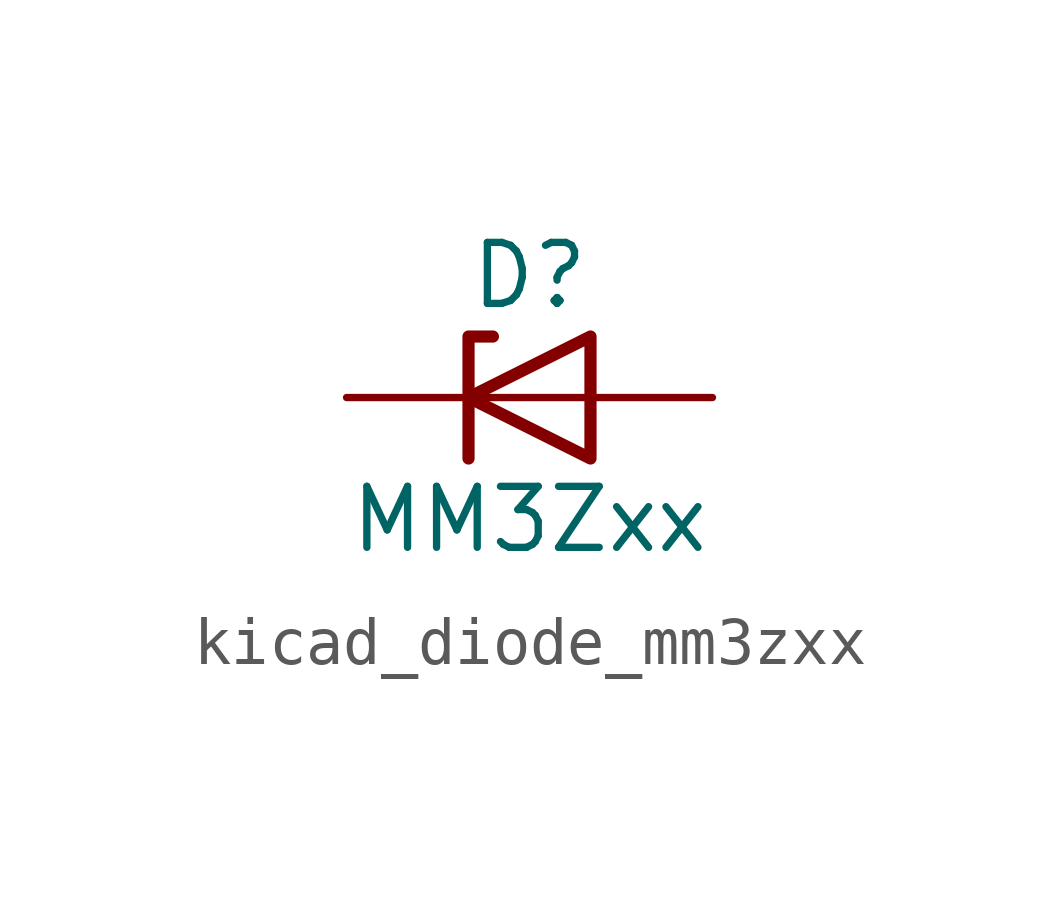
<source format=kicad_sym>
(kicad_symbol_lib
  (version 20220914)
  (generator kicad_symbol_editor)
  (symbol "kicad_diode_mm3zxx"
    (pin_numbers hide)
    (pin_names hide)
    (property "Reference" "D"
      (at 0 2.54 0)
      (effects (font (size 1.27 1.27))))
    (property "Value" "MM3Zxx"
      (at 0 -2.54 0)
      (effects (font (size 1.27 1.27))))
    (symbol "kicad_diode_mm3zxx_0_1"
      (polyline (pts (xy 1.27 0) (xy -1.27 0)) (stroke (width 0) (type default)) (fill (type none)))
      (polyline (pts (xy -1.27 -1.27) (xy -1.27 1.27) (xy -0.762 1.27)) (stroke (width 0.254) (type default)) (fill (type none)))
      (polyline (pts (xy 1.27 -1.27) (xy 1.27 1.27) (xy -1.27 0) (xy 1.27 -1.27)) (stroke (width 0.254) (type default)) (fill (type none))))
    (symbol "kicad_diode_mm3zxx_1_1"
      (pin passive line (at -3.81 0 0) (length 2.54) (name "K" (effects (font (size 1.27 1.27)))) (number "1" (effects (font (size 1.27 1.27)))))
      (pin passive line (at 3.81 0 180) (length 2.54) (name "A" (effects (font (size 1.27 1.27)))) (number "2" (effects (font (size 1.27 1.27))))))))
</source>
